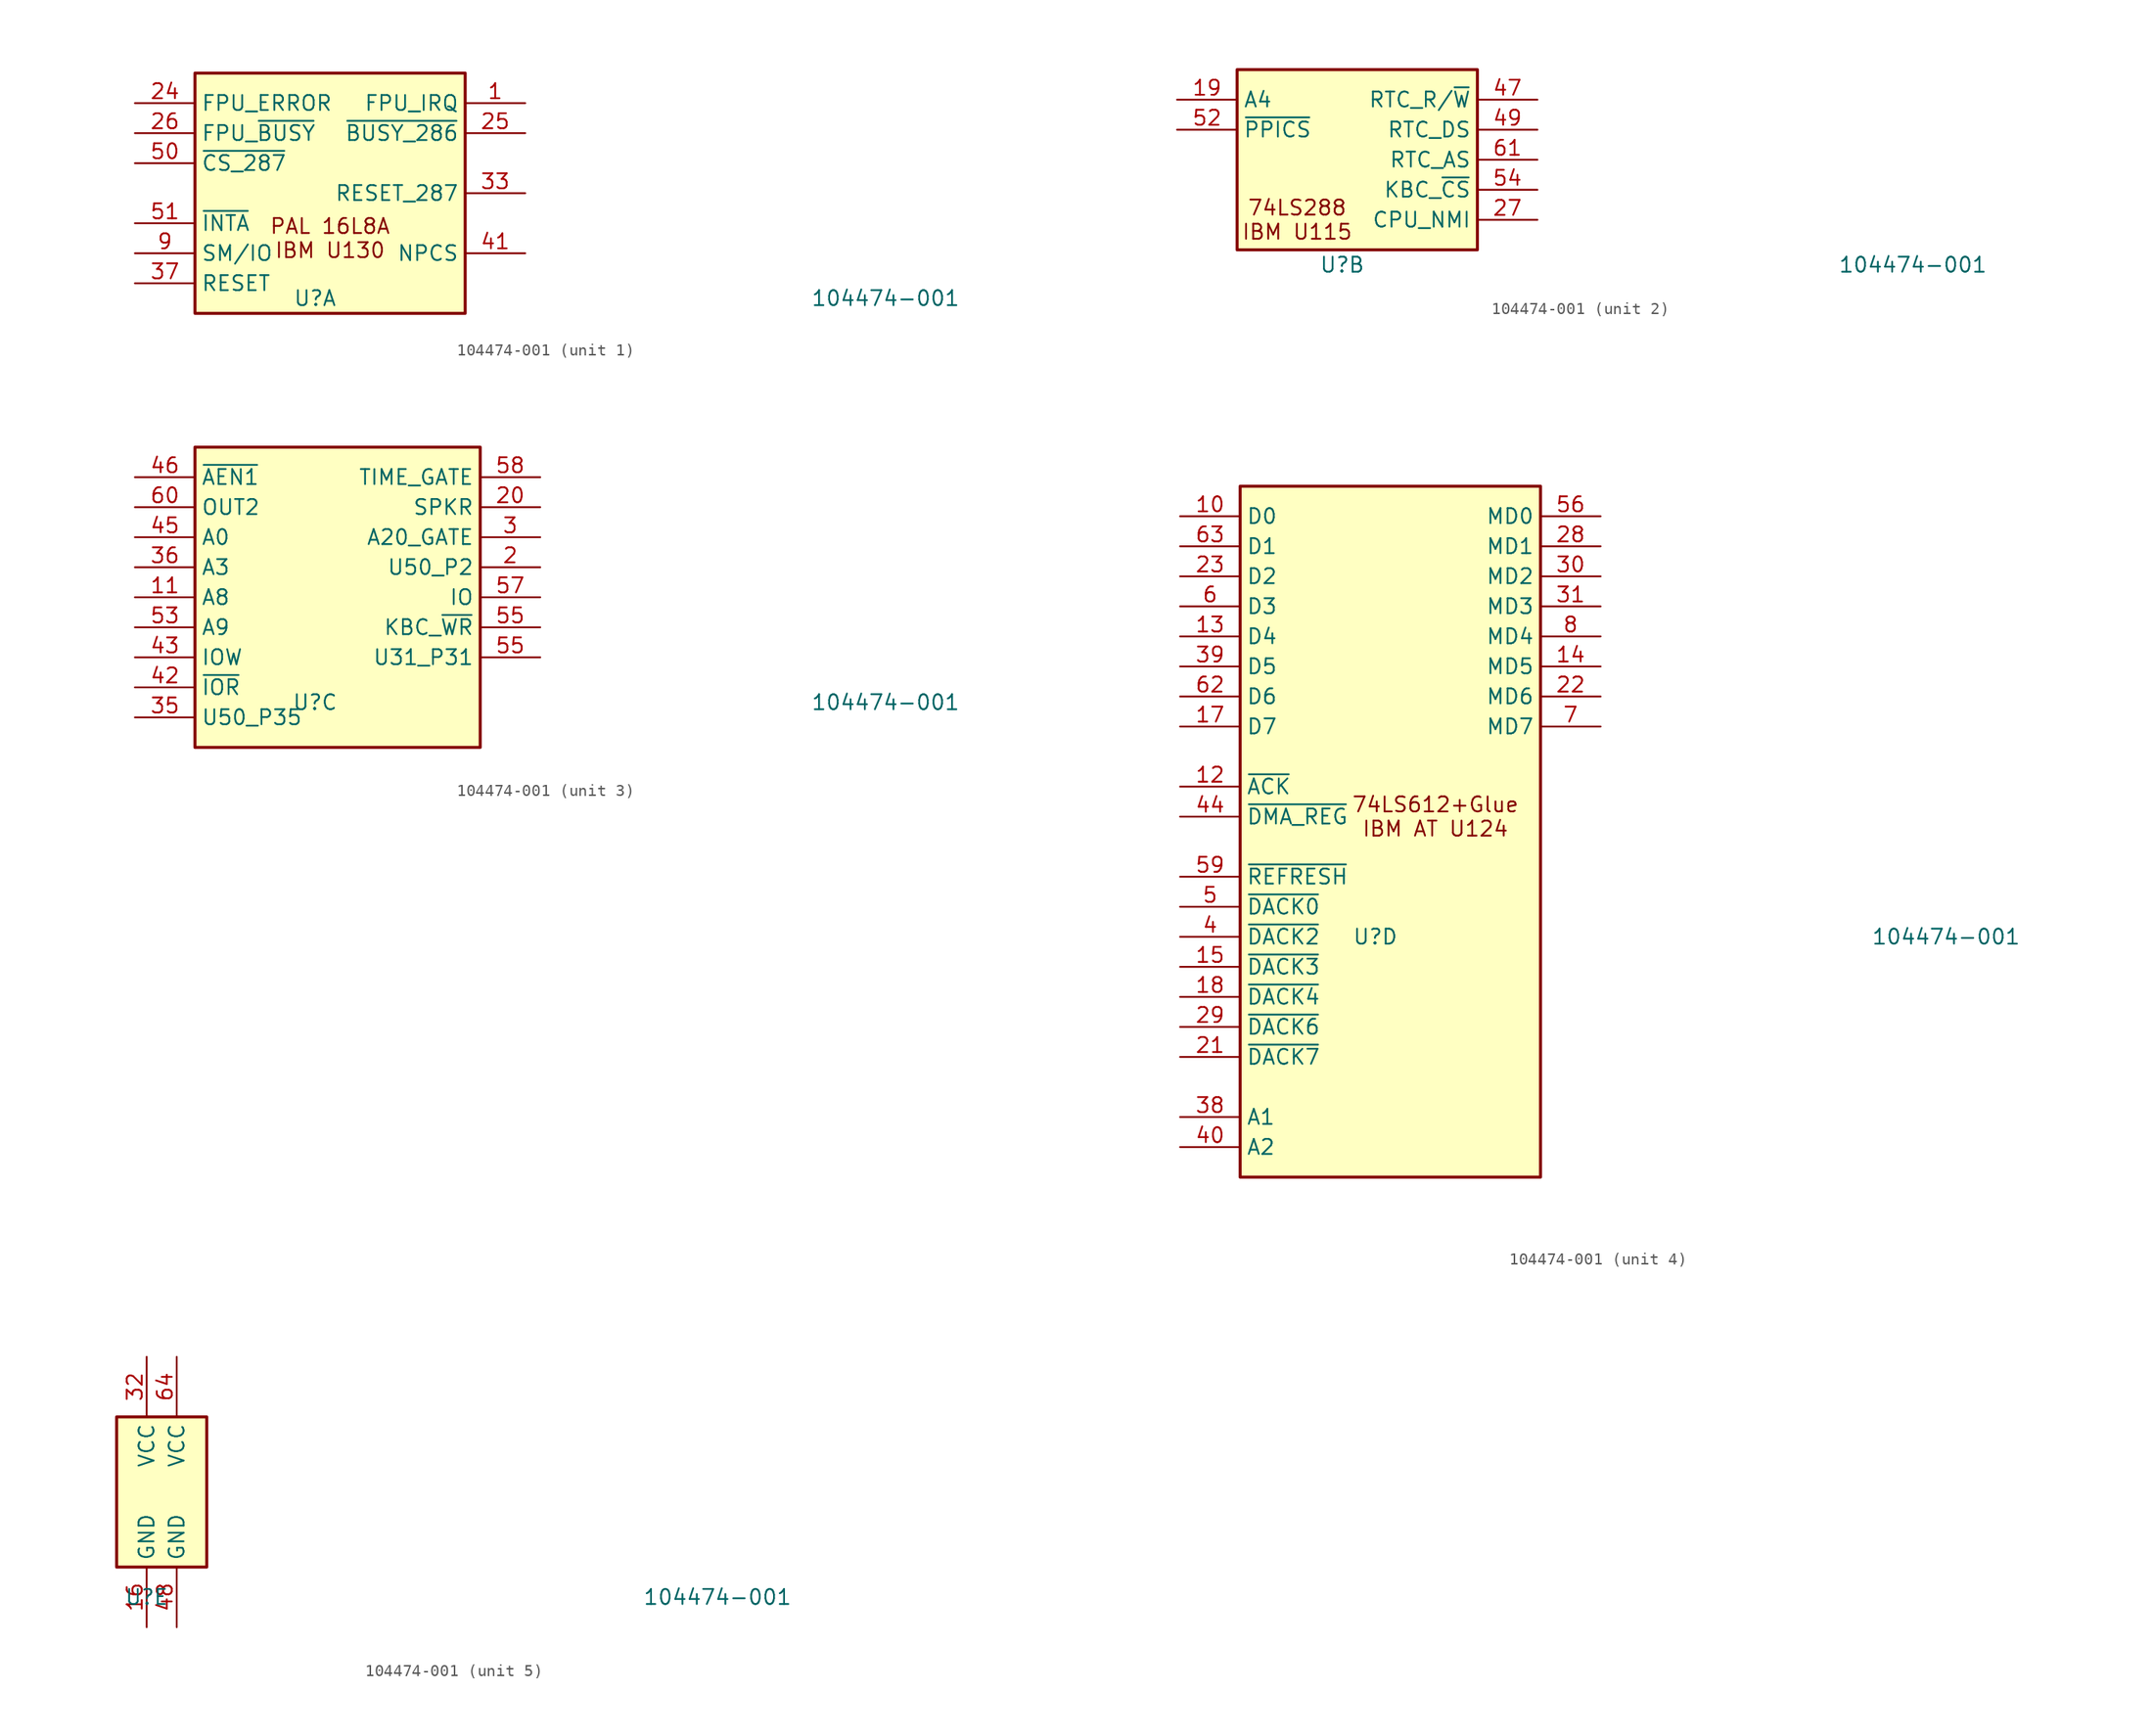
<source format=kicad_sym>
(kicad_symbol_lib
  (version 20231120)
  (generator "kicad_symbol_editor")
  (generator_version "8.0")
  (symbol "104474-001"
    (property "Reference" "U"
      (at -1.27 -8.89 0)
      (effects (font (size 1.27 1.27))))
    (property "Value" "104474-001"
      (at 46.99 -8.89 0)
      (effects (font (size 1.27 1.27))))
    (property "ki_locked" ""
      (at 0 0 0)
      (effects (font (size 1.27 1.27))))
    (symbol "104474-001_1_0"
      (pin output line (at 16.51 7.62 180) (length 5.08) (name "FPU_IRQ" (effects (font (size 1.27 1.27)))) (number "1" (effects (font (size 1.27 1.27)))))
      (pin input line (at -16.51 7.62 0) (length 5.08) (name "FPU_ERROR" (effects (font (size 1.27 1.27)))) (number "24" (effects (font (size 1.27 1.27)))))
      (pin output line (at 16.51 5.08 180) (length 5.08) (name "~{BUSY_286}" (effects (font (size 1.27 1.27)))) (number "25" (effects (font (size 1.27 1.27)))))
      (pin input line (at -16.51 5.08 0) (length 5.08) (name "FPU_~{BUSY}" (effects (font (size 1.27 1.27)))) (number "26" (effects (font (size 1.27 1.27)))))
      (pin output line (at 16.51 0 180) (length 5.08) (name "RESET_287" (effects (font (size 1.27 1.27)))) (number "33" (effects (font (size 1.27 1.27)))))
      (pin input line (at -16.51 -7.62 0) (length 5.08) (name "RESET" (effects (font (size 1.27 1.27)))) (number "37" (effects (font (size 1.27 1.27)))))
      (pin output line (at 16.51 -5.08 180) (length 5.08) (name "NPCS" (effects (font (size 1.27 1.27)))) (number "41" (effects (font (size 1.27 1.27)))))
      (pin input line (at -16.51 2.54 0) (length 5.08) (name "~{CS_287}" (effects (font (size 1.27 1.27)))) (number "50" (effects (font (size 1.27 1.27)))))
      (pin input line (at -16.51 -2.54 0) (length 5.08) (name "~{INTA}" (effects (font (size 1.27 1.27)))) (number "51" (effects (font (size 1.27 1.27)))))
      (pin input line (at -16.51 -5.08 0) (length 5.08) (name "SM/IO" (effects (font (size 1.27 1.27)))) (number "9" (effects (font (size 1.27 1.27))))))
    (symbol "104474-001_1_1"
      (rectangle (start -11.43 10.16) (end 11.43 -10.16) (stroke (width 0.254) (type default)) (fill (type background)))
      (text "PAL 16L8A\nIBM U130" (at 0 -3.81 0) (effects (font (size 1.27 1.27)))))
    (symbol "104474-001_2_0"
      (pin input line (at -15.24 5.08 0) (length 5.08) (name "A4" (effects (font (size 1.27 1.27)))) (number "19" (effects (font (size 1.27 1.27)))))
      (pin output line (at 15.24 -5.08 180) (length 5.08) (name "CPU_NMI" (effects (font (size 1.27 1.27)))) (number "27" (effects (font (size 1.27 1.27)))))
      (pin output line (at 15.24 5.08 180) (length 5.08) (name "RTC_R/~{W}" (effects (font (size 1.27 1.27)))) (number "47" (effects (font (size 1.27 1.27)))))
      (pin output line (at 15.24 2.54 180) (length 5.08) (name "RTC_DS" (effects (font (size 1.27 1.27)))) (number "49" (effects (font (size 1.27 1.27)))))
      (pin input line (at -15.24 2.54 0) (length 5.08) (name "~{PPICS}" (effects (font (size 1.27 1.27)))) (number "52" (effects (font (size 1.27 1.27)))))
      (pin output line (at 15.24 -2.54 180) (length 5.08) (name "KBC_~{CS}" (effects (font (size 1.27 1.27)))) (number "54" (effects (font (size 1.27 1.27)))))
      (pin output line (at 15.24 0 180) (length 5.08) (name "RTC_AS" (effects (font (size 1.27 1.27)))) (number "61" (effects (font (size 1.27 1.27))))))
    (symbol "104474-001_2_1"
      (rectangle (start -10.16 7.62) (end 10.16 -7.62) (stroke (width 0.254) (type default)) (fill (type background)))
      (text "74LS288\nIBM U115" (at -5.08 -5.08 0) (effects (font (size 1.27 1.27)))))
    (symbol "104474-001_3_0"
      (pin input line (at -16.51 0 0) (length 5.08) (name "A8" (effects (font (size 1.27 1.27)))) (number "11" (effects (font (size 1.27 1.27)))))
      (pin output line (at 17.78 2.54 180) (length 5.08) (name "U50_P2" (effects (font (size 1.27 1.27)))) (number "2" (effects (font (size 1.27 1.27)))))
      (pin output line (at 17.78 7.62 180) (length 5.08) (name "SPKR" (effects (font (size 1.27 1.27)))) (number "20" (effects (font (size 1.27 1.27)))))
      (pin output line (at 17.78 5.08 180) (length 5.08) (name "A20_GATE" (effects (font (size 1.27 1.27)))) (number "3" (effects (font (size 1.27 1.27)))))
      (pin input line (at -16.51 -10.16 0) (length 5.08) (name "U50_P35" (effects (font (size 1.27 1.27)))) (number "35" (effects (font (size 1.27 1.27)))))
      (pin input line (at -16.51 2.54 0) (length 5.08) (name "A3" (effects (font (size 1.27 1.27)))) (number "36" (effects (font (size 1.27 1.27)))))
      (pin input line (at -16.51 -7.62 0) (length 5.08) (name "~{IOR}" (effects (font (size 1.27 1.27)))) (number "42" (effects (font (size 1.27 1.27)))))
      (pin input line (at -16.51 -5.08 0) (length 5.08) (name "IOW" (effects (font (size 1.27 1.27)))) (number "43" (effects (font (size 1.27 1.27)))))
      (pin input line (at -16.51 5.08 0) (length 5.08) (name "A0" (effects (font (size 1.27 1.27)))) (number "45" (effects (font (size 1.27 1.27)))))
      (pin input line (at -16.51 10.16 0) (length 5.08) (name "~{AEN1}" (effects (font (size 1.27 1.27)))) (number "46" (effects (font (size 1.27 1.27)))))
      (pin input line (at -16.51 -2.54 0) (length 5.08) (name "A9" (effects (font (size 1.27 1.27)))) (number "53" (effects (font (size 1.27 1.27)))))
      (pin output line (at 17.78 -2.54 180) (length 5.08) (name "KBC_~{WR}" (effects (font (size 1.27 1.27)))) (number "55" (effects (font (size 1.27 1.27)))))
      (pin output line (at 17.78 -5.08 180) (length 5.08) (name "U31_P31" (effects (font (size 1.27 1.27)))) (number "55" (effects (font (size 1.27 1.27)))))
      (pin output line (at 17.78 0 180) (length 5.08) (name "IO" (effects (font (size 1.27 1.27)))) (number "57" (effects (font (size 1.27 1.27)))))
      (pin output line (at 17.78 10.16 180) (length 5.08) (name "TIME_GATE" (effects (font (size 1.27 1.27)))) (number "58" (effects (font (size 1.27 1.27)))))
      (pin input line (at -16.51 7.62 0) (length 5.08) (name "OUT2" (effects (font (size 1.27 1.27)))) (number "60" (effects (font (size 1.27 1.27))))))
    (symbol "104474-001_3_1"
      (rectangle (start -11.43 12.7) (end 12.7 -12.7) (stroke (width 0.254) (type default)) (fill (type background))))
    (symbol "104474-001_4_0"
      (pin bidirectional line (at -17.78 26.67 0) (length 5.08) (name "D0" (effects (font (size 1.27 1.27)))) (number "10" (effects (font (size 1.27 1.27)))))
      (pin input line (at -17.78 3.81 0) (length 5.08) (name "~{ACK}" (effects (font (size 1.27 1.27)))) (number "12" (effects (font (size 1.27 1.27)))))
      (pin bidirectional line (at -17.78 16.51 0) (length 5.08) (name "D4" (effects (font (size 1.27 1.27)))) (number "13" (effects (font (size 1.27 1.27)))))
      (pin output line (at 17.78 13.97 180) (length 5.08) (name "MD5" (effects (font (size 1.27 1.27)))) (number "14" (effects (font (size 1.27 1.27)))))
      (pin input line (at -17.78 -11.43 0) (length 5.08) (name "~{DACK3}" (effects (font (size 1.27 1.27)))) (number "15" (effects (font (size 1.27 1.27)))))
      (pin bidirectional line (at -17.78 8.89 0) (length 5.08) (name "D7" (effects (font (size 1.27 1.27)))) (number "17" (effects (font (size 1.27 1.27)))))
      (pin input line (at -17.78 -13.97 0) (length 5.08) (name "~{DACK4}" (effects (font (size 1.27 1.27)))) (number "18" (effects (font (size 1.27 1.27)))))
      (pin input line (at -17.78 -19.05 0) (length 5.08) (name "~{DACK7}" (effects (font (size 1.27 1.27)))) (number "21" (effects (font (size 1.27 1.27)))))
      (pin output line (at 17.78 11.43 180) (length 5.08) (name "MD6" (effects (font (size 1.27 1.27)))) (number "22" (effects (font (size 1.27 1.27)))))
      (pin bidirectional line (at -17.78 21.59 0) (length 5.08) (name "D2" (effects (font (size 1.27 1.27)))) (number "23" (effects (font (size 1.27 1.27)))))
      (pin output line (at 17.78 24.13 180) (length 5.08) (name "MD1" (effects (font (size 1.27 1.27)))) (number "28" (effects (font (size 1.27 1.27)))))
      (pin input line (at -17.78 -16.51 0) (length 5.08) (name "~{DACK6}" (effects (font (size 1.27 1.27)))) (number "29" (effects (font (size 1.27 1.27)))))
      (pin output line (at 17.78 21.59 180) (length 5.08) (name "MD2" (effects (font (size 1.27 1.27)))) (number "30" (effects (font (size 1.27 1.27)))))
      (pin output line (at 17.78 19.05 180) (length 5.08) (name "MD3" (effects (font (size 1.27 1.27)))) (number "31" (effects (font (size 1.27 1.27)))))
      (pin input line (at -17.78 -24.13 0) (length 5.08) (name "A1" (effects (font (size 1.27 1.27)))) (number "38" (effects (font (size 1.27 1.27)))))
      (pin bidirectional line (at -17.78 13.97 0) (length 5.08) (name "D5" (effects (font (size 1.27 1.27)))) (number "39" (effects (font (size 1.27 1.27)))))
      (pin input line (at -17.78 -8.89 0) (length 5.08) (name "~{DACK2}" (effects (font (size 1.27 1.27)))) (number "4" (effects (font (size 1.27 1.27)))))
      (pin input line (at -17.78 -26.67 0) (length 5.08) (name "A2" (effects (font (size 1.27 1.27)))) (number "40" (effects (font (size 1.27 1.27)))))
      (pin input line (at -17.78 1.27 0) (length 5.08) (name "~{DMA_REG}" (effects (font (size 1.27 1.27)))) (number "44" (effects (font (size 1.27 1.27)))))
      (pin input line (at -17.78 -6.35 0) (length 5.08) (name "~{DACK0}" (effects (font (size 1.27 1.27)))) (number "5" (effects (font (size 1.27 1.27)))))
      (pin output line (at 17.78 26.67 180) (length 5.08) (name "MD0" (effects (font (size 1.27 1.27)))) (number "56" (effects (font (size 1.27 1.27)))))
      (pin input line (at -17.78 -3.81 0) (length 5.08) (name "~{REFRESH}" (effects (font (size 1.27 1.27)))) (number "59" (effects (font (size 1.27 1.27)))))
      (pin bidirectional line (at -17.78 19.05 0) (length 5.08) (name "D3" (effects (font (size 1.27 1.27)))) (number "6" (effects (font (size 1.27 1.27)))))
      (pin bidirectional line (at -17.78 11.43 0) (length 5.08) (name "D6" (effects (font (size 1.27 1.27)))) (number "62" (effects (font (size 1.27 1.27)))))
      (pin bidirectional line (at -17.78 24.13 0) (length 5.08) (name "D1" (effects (font (size 1.27 1.27)))) (number "63" (effects (font (size 1.27 1.27)))))
      (pin output line (at 17.78 8.89 180) (length 5.08) (name "MD7" (effects (font (size 1.27 1.27)))) (number "7" (effects (font (size 1.27 1.27)))))
      (pin output line (at 17.78 16.51 180) (length 5.08) (name "MD4" (effects (font (size 1.27 1.27)))) (number "8" (effects (font (size 1.27 1.27))))))
    (symbol "104474-001_4_1"
      (rectangle (start -12.7 29.21) (end 12.7 -29.21) (stroke (width 0.254) (type default)) (fill (type background)))
      (text "74LS612+Glue\nIBM AT U124" (at 3.81 1.27 0) (effects (font (size 1.27 1.27)))))
    (symbol "104474-001_5_0"
      (pin power_in line (at -1.27 -11.43 90) (length 5.08) (name "GND" (effects (font (size 1.27 1.27)))) (number "16" (effects (font (size 1.27 1.27)))))
      (pin power_in line (at -1.27 11.43 270) (length 5.08) (name "VCC" (effects (font (size 1.27 1.27)))) (number "32" (effects (font (size 1.27 1.27)))))
      (pin power_in line (at 1.27 -11.43 90) (length 5.08) (name "GND" (effects (font (size 1.27 1.27)))) (number "48" (effects (font (size 1.27 1.27)))))
      (pin power_in line (at 1.27 11.43 270) (length 5.08) (name "VCC" (effects (font (size 1.27 1.27)))) (number "64" (effects (font (size 1.27 1.27))))))
    (symbol "104474-001_5_1"
      (rectangle (start -3.81 6.35) (end 3.81 -6.35) (stroke (width 0.254) (type default)) (fill (type background))))))
</source>
